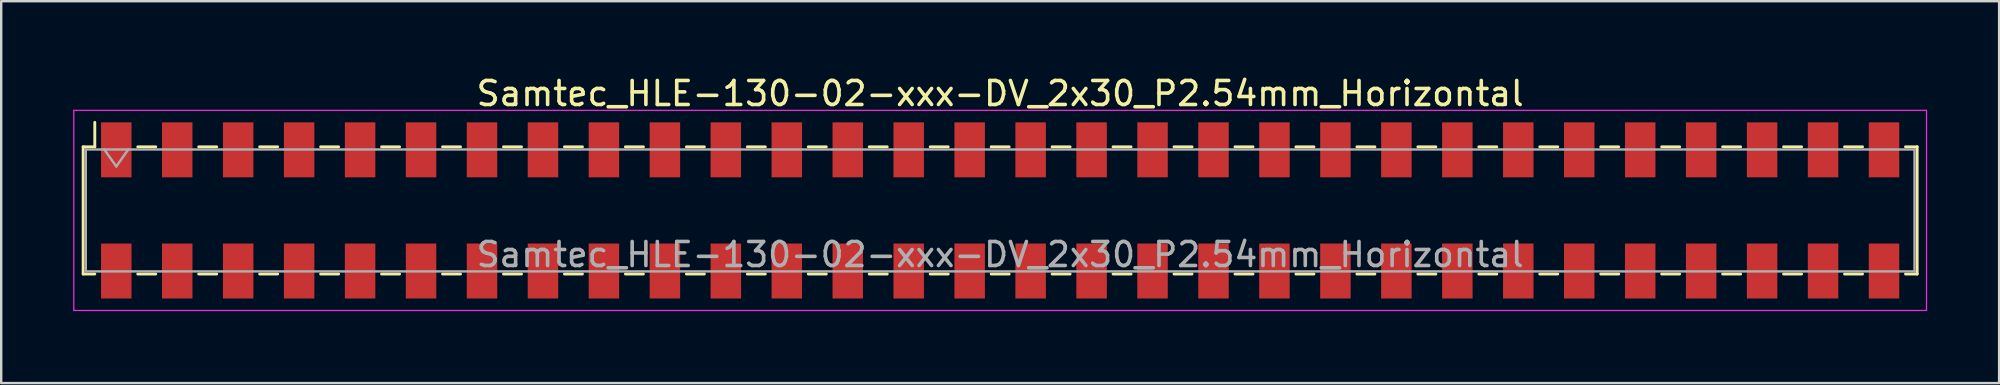
<source format=kicad_pcb>
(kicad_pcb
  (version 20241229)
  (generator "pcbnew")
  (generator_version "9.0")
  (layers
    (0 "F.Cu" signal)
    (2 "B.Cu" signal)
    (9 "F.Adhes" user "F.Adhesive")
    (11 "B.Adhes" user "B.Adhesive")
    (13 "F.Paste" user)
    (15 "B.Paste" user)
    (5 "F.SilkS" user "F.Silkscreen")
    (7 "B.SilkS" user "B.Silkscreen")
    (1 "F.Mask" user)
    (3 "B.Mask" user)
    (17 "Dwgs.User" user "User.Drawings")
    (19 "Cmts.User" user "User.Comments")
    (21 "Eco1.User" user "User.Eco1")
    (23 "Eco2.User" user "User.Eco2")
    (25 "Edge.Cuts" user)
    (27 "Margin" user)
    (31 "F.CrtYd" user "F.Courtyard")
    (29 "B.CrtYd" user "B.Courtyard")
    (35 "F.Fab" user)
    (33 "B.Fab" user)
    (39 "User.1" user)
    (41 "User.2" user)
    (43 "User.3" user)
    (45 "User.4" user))
  (footprint "Samtec_HLE-130-02-xxx-DV_2x30_P2.54mm_Horizontal"
    (layer "F.Cu")
    (at 38.625 5.718)
    (property "Reference" "Samtec_HLE-130-02-xxx-DV_2x30_P2.54mm_Horizontal" (at 0 -4.87 0) (layer "F.SilkS") (effects (font (size 1 1) (thickness 0.15))))
    (attr smd)
    (fp_line (start -38.21 -2.65) (end -38.21 2.65) (stroke (width 0.12) (type solid)) (layer "F.SilkS"))
    (fp_line (start -38.21 2.65) (end -37.725 2.65) (stroke (width 0.12) (type solid)) (layer "F.SilkS"))
    (fp_line (start -37.725 -3.67) (end -37.725 -2.65) (stroke (width 0.12) (type solid)) (layer "F.SilkS"))
    (fp_line (start -37.725 -2.65) (end -38.21 -2.65) (stroke (width 0.12) (type solid)) (layer "F.SilkS"))
    (fp_line (start -35.935 -2.65) (end -35.185 -2.65) (stroke (width 0.12) (type solid)) (layer "F.SilkS"))
    (fp_line (start -35.935 2.65) (end -35.185 2.65) (stroke (width 0.12) (type solid)) (layer "F.SilkS"))
    (fp_line (start -33.395 -2.65) (end -32.645 -2.65) (stroke (width 0.12) (type solid)) (layer "F.SilkS"))
    (fp_line (start -33.395 2.65) (end -32.645 2.65) (stroke (width 0.12) (type solid)) (layer "F.SilkS"))
    (fp_line (start -30.855 -2.65) (end -30.105 -2.65) (stroke (width 0.12) (type solid)) (layer "F.SilkS"))
    (fp_line (start -30.855 2.65) (end -30.105 2.65) (stroke (width 0.12) (type solid)) (layer "F.SilkS"))
    (fp_line (start -28.315 -2.65) (end -27.565 -2.65) (stroke (width 0.12) (type solid)) (layer "F.SilkS"))
    (fp_line (start -28.315 2.65) (end -27.565 2.65) (stroke (width 0.12) (type solid)) (layer "F.SilkS"))
    (fp_line (start -25.775 -2.65) (end -25.025 -2.65) (stroke (width 0.12) (type solid)) (layer "F.SilkS"))
    (fp_line (start -25.775 2.65) (end -25.025 2.65) (stroke (width 0.12) (type solid)) (layer "F.SilkS"))
    (fp_line (start -23.235 -2.65) (end -22.485 -2.65) (stroke (width 0.12) (type solid)) (layer "F.SilkS"))
    (fp_line (start -23.235 2.65) (end -22.485 2.65) (stroke (width 0.12) (type solid)) (layer "F.SilkS"))
    (fp_line (start -20.695 -2.65) (end -19.945 -2.65) (stroke (width 0.12) (type solid)) (layer "F.SilkS"))
    (fp_line (start -20.695 2.65) (end -19.945 2.65) (stroke (width 0.12) (type solid)) (layer "F.SilkS"))
    (fp_line (start -18.155 -2.65) (end -17.405 -2.65) (stroke (width 0.12) (type solid)) (layer "F.SilkS"))
    (fp_line (start -18.155 2.65) (end -17.405 2.65) (stroke (width 0.12) (type solid)) (layer "F.SilkS"))
    (fp_line (start -15.615 -2.65) (end -14.865 -2.65) (stroke (width 0.12) (type solid)) (layer "F.SilkS"))
    (fp_line (start -15.615 2.65) (end -14.865 2.65) (stroke (width 0.12) (type solid)) (layer "F.SilkS"))
    (fp_line (start -13.075 -2.65) (end -12.325 -2.65) (stroke (width 0.12) (type solid)) (layer "F.SilkS"))
    (fp_line (start -13.075 2.65) (end -12.325 2.65) (stroke (width 0.12) (type solid)) (layer "F.SilkS"))
    (fp_line (start -10.535 -2.65) (end -9.785 -2.65) (stroke (width 0.12) (type solid)) (layer "F.SilkS"))
    (fp_line (start -10.535 2.65) (end -9.785 2.65) (stroke (width 0.12) (type solid)) (layer "F.SilkS"))
    (fp_line (start -7.995 -2.65) (end -7.245 -2.65) (stroke (width 0.12) (type solid)) (layer "F.SilkS"))
    (fp_line (start -7.995 2.65) (end -7.245 2.65) (stroke (width 0.12) (type solid)) (layer "F.SilkS"))
    (fp_line (start -5.455 -2.65) (end -4.705 -2.65) (stroke (width 0.12) (type solid)) (layer "F.SilkS"))
    (fp_line (start -5.455 2.65) (end -4.705 2.65) (stroke (width 0.12) (type solid)) (layer "F.SilkS"))
    (fp_line (start -2.915 -2.65) (end -2.165 -2.65) (stroke (width 0.12) (type solid)) (layer "F.SilkS"))
    (fp_line (start -2.915 2.65) (end -2.165 2.65) (stroke (width 0.12) (type solid)) (layer "F.SilkS"))
    (fp_line (start -0.375 -2.65) (end 0.375 -2.65) (stroke (width 0.12) (type solid)) (layer "F.SilkS"))
    (fp_line (start -0.375 2.65) (end 0.375 2.65) (stroke (width 0.12) (type solid)) (layer "F.SilkS"))
    (fp_line (start 2.165 -2.65) (end 2.915 -2.65) (stroke (width 0.12) (type solid)) (layer "F.SilkS"))
    (fp_line (start 2.165 2.65) (end 2.915 2.65) (stroke (width 0.12) (type solid)) (layer "F.SilkS"))
    (fp_line (start 4.705 -2.65) (end 5.455 -2.65) (stroke (width 0.12) (type solid)) (layer "F.SilkS"))
    (fp_line (start 4.705 2.65) (end 5.455 2.65) (stroke (width 0.12) (type solid)) (layer "F.SilkS"))
    (fp_line (start 7.245 -2.65) (end 7.995 -2.65) (stroke (width 0.12) (type solid)) (layer "F.SilkS"))
    (fp_line (start 7.245 2.65) (end 7.995 2.65) (stroke (width 0.12) (type solid)) (layer "F.SilkS"))
    (fp_line (start 9.785 -2.65) (end 10.535 -2.65) (stroke (width 0.12) (type solid)) (layer "F.SilkS"))
    (fp_line (start 9.785 2.65) (end 10.535 2.65) (stroke (width 0.12) (type solid)) (layer "F.SilkS"))
    (fp_line (start 12.325 -2.65) (end 13.075 -2.65) (stroke (width 0.12) (type solid)) (layer "F.SilkS"))
    (fp_line (start 12.325 2.65) (end 13.075 2.65) (stroke (width 0.12) (type solid)) (layer "F.SilkS"))
    (fp_line (start 14.865 -2.65) (end 15.615 -2.65) (stroke (width 0.12) (type solid)) (layer "F.SilkS"))
    (fp_line (start 14.865 2.65) (end 15.615 2.65) (stroke (width 0.12) (type solid)) (layer "F.SilkS"))
    (fp_line (start 17.405 -2.65) (end 18.155 -2.65) (stroke (width 0.12) (type solid)) (layer "F.SilkS"))
    (fp_line (start 17.405 2.65) (end 18.155 2.65) (stroke (width 0.12) (type solid)) (layer "F.SilkS"))
    (fp_line (start 19.945 -2.65) (end 20.695 -2.65) (stroke (width 0.12) (type solid)) (layer "F.SilkS"))
    (fp_line (start 19.945 2.65) (end 20.695 2.65) (stroke (width 0.12) (type solid)) (layer "F.SilkS"))
    (fp_line (start 22.485 -2.65) (end 23.235 -2.65) (stroke (width 0.12) (type solid)) (layer "F.SilkS"))
    (fp_line (start 22.485 2.65) (end 23.235 2.65) (stroke (width 0.12) (type solid)) (layer "F.SilkS"))
    (fp_line (start 25.025 -2.65) (end 25.775 -2.65) (stroke (width 0.12) (type solid)) (layer "F.SilkS"))
    (fp_line (start 25.025 2.65) (end 25.775 2.65) (stroke (width 0.12) (type solid)) (layer "F.SilkS"))
    (fp_line (start 27.565 -2.65) (end 28.315 -2.65) (stroke (width 0.12) (type solid)) (layer "F.SilkS"))
    (fp_line (start 27.565 2.65) (end 28.315 2.65) (stroke (width 0.12) (type solid)) (layer "F.SilkS"))
    (fp_line (start 30.105 -2.65) (end 30.855 -2.65) (stroke (width 0.12) (type solid)) (layer "F.SilkS"))
    (fp_line (start 30.105 2.65) (end 30.855 2.65) (stroke (width 0.12) (type solid)) (layer "F.SilkS"))
    (fp_line (start 32.645 -2.65) (end 33.395 -2.65) (stroke (width 0.12) (type solid)) (layer "F.SilkS"))
    (fp_line (start 32.645 2.65) (end 33.395 2.65) (stroke (width 0.12) (type solid)) (layer "F.SilkS"))
    (fp_line (start 35.185 -2.65) (end 35.935 -2.65) (stroke (width 0.12) (type solid)) (layer "F.SilkS"))
    (fp_line (start 35.185 2.65) (end 35.935 2.65) (stroke (width 0.12) (type solid)) (layer "F.SilkS"))
    (fp_line (start 37.725 -2.65) (end 38.21 -2.65) (stroke (width 0.12) (type solid)) (layer "F.SilkS"))
    (fp_line (start 38.21 -2.65) (end 38.21 2.65) (stroke (width 0.12) (type solid)) (layer "F.SilkS"))
    (fp_line (start 38.21 2.65) (end 37.725 2.65) (stroke (width 0.12) (type solid)) (layer "F.SilkS"))
    (fp_line (start -38.6 -4.17) (end 38.6 -4.17) (stroke (width 0.05) (type solid)) (layer "F.CrtYd"))
    (fp_line (start -38.6 4.17) (end -38.6 -4.17) (stroke (width 0.05) (type solid)) (layer "F.CrtYd"))
    (fp_line (start 38.6 -4.17) (end 38.6 4.17) (stroke (width 0.05) (type solid)) (layer "F.CrtYd"))
    (fp_line (start 38.6 4.17) (end -38.6 4.17) (stroke (width 0.05) (type solid)) (layer "F.CrtYd"))
    (fp_line (start -38.1 -2.54) (end 38.1 -2.54) (stroke (width 0.1) (type solid)) (layer "F.Fab"))
    (fp_line (start -38.1 2.54) (end -38.1 -2.54) (stroke (width 0.1) (type solid)) (layer "F.Fab"))
    (fp_line (start -37.33 -2.54) (end -36.83 -1.833) (stroke (width 0.1) (type solid)) (layer "F.Fab"))
    (fp_line (start -36.83 -1.833) (end -36.33 -2.54) (stroke (width 0.1) (type solid)) (layer "F.Fab"))
    (fp_line (start 38.1 -2.54) (end 38.1 2.54) (stroke (width 0.1) (type solid)) (layer "F.Fab"))
    (fp_line (start 38.1 2.54) (end -38.1 2.54) (stroke (width 0.1) (type solid)) (layer "F.Fab"))
    (fp_text user "${REFERENCE}" (at 0 1.84 0) (layer "F.Fab") (effects (font (size 1 1) (thickness 0.15))))
    (pad "1" smd rect (at -36.83 -2.525) (size 1.27 2.29) (layers "F.Cu" "F.Mask" "F.Paste"))
    (pad "2" smd rect (at -36.83 2.525) (size 1.27 2.29) (layers "F.Cu" "F.Mask" "F.Paste"))
    (pad "3" smd rect (at -34.29 -2.525) (size 1.27 2.29) (layers "F.Cu" "F.Mask" "F.Paste"))
    (pad "4" smd rect (at -34.29 2.525) (size 1.27 2.29) (layers "F.Cu" "F.Mask" "F.Paste"))
    (pad "5" smd rect (at -31.75 -2.525) (size 1.27 2.29) (layers "F.Cu" "F.Mask" "F.Paste"))
    (pad "6" smd rect (at -31.75 2.525) (size 1.27 2.29) (layers "F.Cu" "F.Mask" "F.Paste"))
    (pad "7" smd rect (at -29.21 -2.525) (size 1.27 2.29) (layers "F.Cu" "F.Mask" "F.Paste"))
    (pad "8" smd rect (at -29.21 2.525) (size 1.27 2.29) (layers "F.Cu" "F.Mask" "F.Paste"))
    (pad "9" smd rect (at -26.67 -2.525) (size 1.27 2.29) (layers "F.Cu" "F.Mask" "F.Paste"))
    (pad "10" smd rect (at -26.67 2.525) (size 1.27 2.29) (layers "F.Cu" "F.Mask" "F.Paste"))
    (pad "11" smd rect (at -24.13 -2.525) (size 1.27 2.29) (layers "F.Cu" "F.Mask" "F.Paste"))
    (pad "12" smd rect (at -24.13 2.525) (size 1.27 2.29) (layers "F.Cu" "F.Mask" "F.Paste"))
    (pad "13" smd rect (at -21.59 -2.525) (size 1.27 2.29) (layers "F.Cu" "F.Mask" "F.Paste"))
    (pad "14" smd rect (at -21.59 2.525) (size 1.27 2.29) (layers "F.Cu" "F.Mask" "F.Paste"))
    (pad "15" smd rect (at -19.05 -2.525) (size 1.27 2.29) (layers "F.Cu" "F.Mask" "F.Paste"))
    (pad "16" smd rect (at -19.05 2.525) (size 1.27 2.29) (layers "F.Cu" "F.Mask" "F.Paste"))
    (pad "17" smd rect (at -16.51 -2.525) (size 1.27 2.29) (layers "F.Cu" "F.Mask" "F.Paste"))
    (pad "18" smd rect (at -16.51 2.525) (size 1.27 2.29) (layers "F.Cu" "F.Mask" "F.Paste"))
    (pad "19" smd rect (at -13.97 -2.525) (size 1.27 2.29) (layers "F.Cu" "F.Mask" "F.Paste"))
    (pad "20" smd rect (at -13.97 2.525) (size 1.27 2.29) (layers "F.Cu" "F.Mask" "F.Paste"))
    (pad "21" smd rect (at -11.43 -2.525) (size 1.27 2.29) (layers "F.Cu" "F.Mask" "F.Paste"))
    (pad "22" smd rect (at -11.43 2.525) (size 1.27 2.29) (layers "F.Cu" "F.Mask" "F.Paste"))
    (pad "23" smd rect (at -8.89 -2.525) (size 1.27 2.29) (layers "F.Cu" "F.Mask" "F.Paste"))
    (pad "24" smd rect (at -8.89 2.525) (size 1.27 2.29) (layers "F.Cu" "F.Mask" "F.Paste"))
    (pad "25" smd rect (at -6.35 -2.525) (size 1.27 2.29) (layers "F.Cu" "F.Mask" "F.Paste"))
    (pad "26" smd rect (at -6.35 2.525) (size 1.27 2.29) (layers "F.Cu" "F.Mask" "F.Paste"))
    (pad "27" smd rect (at -3.81 -2.525) (size 1.27 2.29) (layers "F.Cu" "F.Mask" "F.Paste"))
    (pad "28" smd rect (at -3.81 2.525) (size 1.27 2.29) (layers "F.Cu" "F.Mask" "F.Paste"))
    (pad "29" smd rect (at -1.27 -2.525) (size 1.27 2.29) (layers "F.Cu" "F.Mask" "F.Paste"))
    (pad "30" smd rect (at -1.27 2.525) (size 1.27 2.29) (layers "F.Cu" "F.Mask" "F.Paste"))
    (pad "31" smd rect (at 1.27 -2.525) (size 1.27 2.29) (layers "F.Cu" "F.Mask" "F.Paste"))
    (pad "32" smd rect (at 1.27 2.525) (size 1.27 2.29) (layers "F.Cu" "F.Mask" "F.Paste"))
    (pad "33" smd rect (at 3.81 -2.525) (size 1.27 2.29) (layers "F.Cu" "F.Mask" "F.Paste"))
    (pad "34" smd rect (at 3.81 2.525) (size 1.27 2.29) (layers "F.Cu" "F.Mask" "F.Paste"))
    (pad "35" smd rect (at 6.35 -2.525) (size 1.27 2.29) (layers "F.Cu" "F.Mask" "F.Paste"))
    (pad "36" smd rect (at 6.35 2.525) (size 1.27 2.29) (layers "F.Cu" "F.Mask" "F.Paste"))
    (pad "37" smd rect (at 8.89 -2.525) (size 1.27 2.29) (layers "F.Cu" "F.Mask" "F.Paste"))
    (pad "38" smd rect (at 8.89 2.525) (size 1.27 2.29) (layers "F.Cu" "F.Mask" "F.Paste"))
    (pad "39" smd rect (at 11.43 -2.525) (size 1.27 2.29) (layers "F.Cu" "F.Mask" "F.Paste"))
    (pad "40" smd rect (at 11.43 2.525) (size 1.27 2.29) (layers "F.Cu" "F.Mask" "F.Paste"))
    (pad "41" smd rect (at 13.97 -2.525) (size 1.27 2.29) (layers "F.Cu" "F.Mask" "F.Paste"))
    (pad "42" smd rect (at 13.97 2.525) (size 1.27 2.29) (layers "F.Cu" "F.Mask" "F.Paste"))
    (pad "43" smd rect (at 16.51 -2.525) (size 1.27 2.29) (layers "F.Cu" "F.Mask" "F.Paste"))
    (pad "44" smd rect (at 16.51 2.525) (size 1.27 2.29) (layers "F.Cu" "F.Mask" "F.Paste"))
    (pad "45" smd rect (at 19.05 -2.525) (size 1.27 2.29) (layers "F.Cu" "F.Mask" "F.Paste"))
    (pad "46" smd rect (at 19.05 2.525) (size 1.27 2.29) (layers "F.Cu" "F.Mask" "F.Paste"))
    (pad "47" smd rect (at 21.59 -2.525) (size 1.27 2.29) (layers "F.Cu" "F.Mask" "F.Paste"))
    (pad "48" smd rect (at 21.59 2.525) (size 1.27 2.29) (layers "F.Cu" "F.Mask" "F.Paste"))
    (pad "49" smd rect (at 24.13 -2.525) (size 1.27 2.29) (layers "F.Cu" "F.Mask" "F.Paste"))
    (pad "50" smd rect (at 24.13 2.525) (size 1.27 2.29) (layers "F.Cu" "F.Mask" "F.Paste"))
    (pad "51" smd rect (at 26.67 -2.525) (size 1.27 2.29) (layers "F.Cu" "F.Mask" "F.Paste"))
    (pad "52" smd rect (at 26.67 2.525) (size 1.27 2.29) (layers "F.Cu" "F.Mask" "F.Paste"))
    (pad "53" smd rect (at 29.21 -2.525) (size 1.27 2.29) (layers "F.Cu" "F.Mask" "F.Paste"))
    (pad "54" smd rect (at 29.21 2.525) (size 1.27 2.29) (layers "F.Cu" "F.Mask" "F.Paste"))
    (pad "55" smd rect (at 31.75 -2.525) (size 1.27 2.29) (layers "F.Cu" "F.Mask" "F.Paste"))
    (pad "56" smd rect (at 31.75 2.525) (size 1.27 2.29) (layers "F.Cu" "F.Mask" "F.Paste"))
    (pad "57" smd rect (at 34.29 -2.525) (size 1.27 2.29) (layers "F.Cu" "F.Mask" "F.Paste"))
    (pad "58" smd rect (at 34.29 2.525) (size 1.27 2.29) (layers "F.Cu" "F.Mask" "F.Paste"))
    (pad "59" smd rect (at 36.83 -2.525) (size 1.27 2.29) (layers "F.Cu" "F.Mask" "F.Paste"))
    (pad "60" smd rect (at 36.83 2.525) (size 1.27 2.29) (layers "F.Cu" "F.Mask" "F.Paste")))
  (gr_rect
    (start -3 -3)
    (end 80.25 12.913)
    (stroke (width 0.1) (type default))
    (fill no)
    (layer "Edge.Cuts")))
</source>
